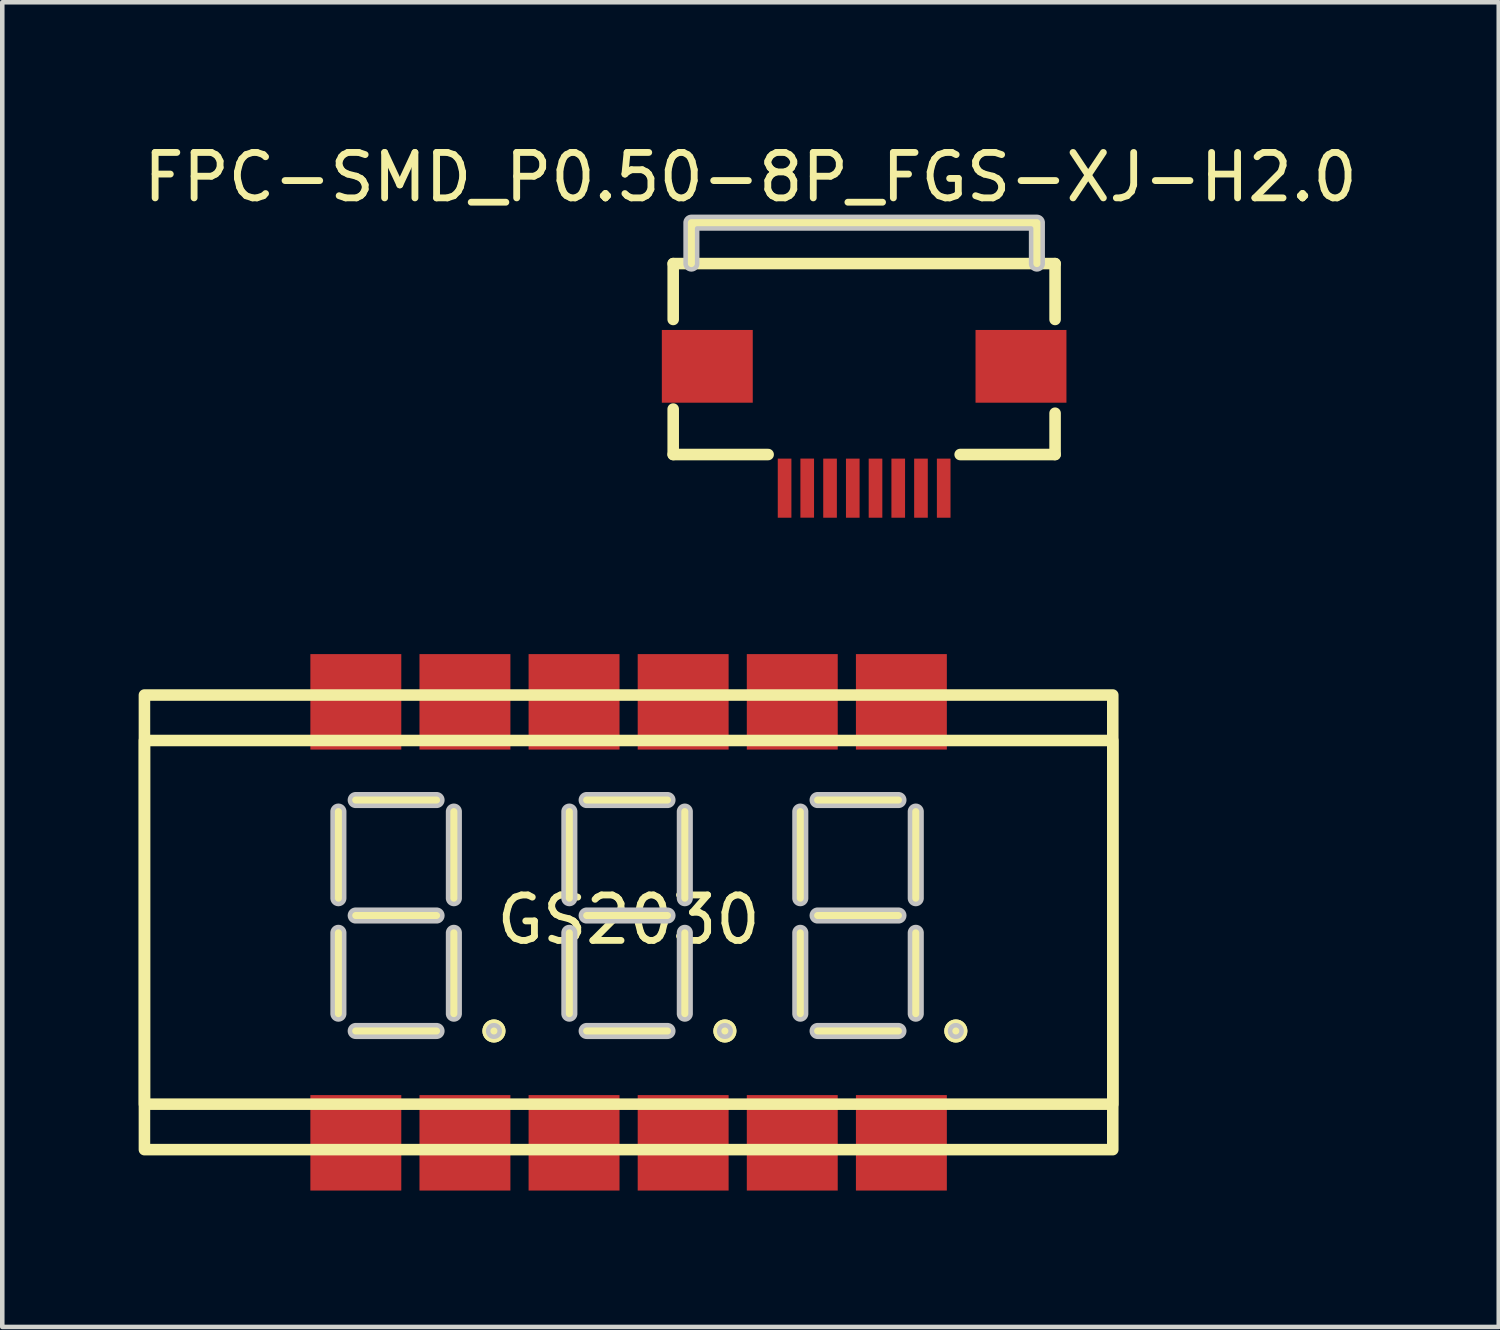
<source format=kicad_pcb>
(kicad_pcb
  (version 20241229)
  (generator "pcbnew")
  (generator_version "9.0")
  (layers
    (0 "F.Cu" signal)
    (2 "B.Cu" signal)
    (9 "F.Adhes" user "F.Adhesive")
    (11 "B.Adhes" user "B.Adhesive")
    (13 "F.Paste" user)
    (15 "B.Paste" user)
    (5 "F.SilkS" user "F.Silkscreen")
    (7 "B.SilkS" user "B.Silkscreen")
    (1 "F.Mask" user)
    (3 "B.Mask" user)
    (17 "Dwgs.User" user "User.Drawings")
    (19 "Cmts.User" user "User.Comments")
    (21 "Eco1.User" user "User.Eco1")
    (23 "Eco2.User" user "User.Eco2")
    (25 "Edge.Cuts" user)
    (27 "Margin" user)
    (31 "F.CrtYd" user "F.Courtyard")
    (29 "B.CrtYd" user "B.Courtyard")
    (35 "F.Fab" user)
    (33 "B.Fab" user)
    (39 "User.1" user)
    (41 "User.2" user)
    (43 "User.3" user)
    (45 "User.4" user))
  (footprint "GS2030"
    (layer "F.Cu")
    (at 10.777 17.181)
    (property "Reference" "GS2030" (at 0 0 0) (layer "F.SilkS") (effects (font (size 1 1) (thickness 0.15))))
    (fp_line (start -6.383 -2.379) (end -6.383 -0.474) (stroke (width 0.254) (type default)) (layer "F.SilkS"))
    (fp_line (start -6.383 0.288) (end -6.383 2.066) (stroke (width 0.254) (type default)) (layer "F.SilkS"))
    (fp_line (start -6.003 -2.633) (end -4.224 -2.633) (stroke (width 0.254) (type default)) (layer "F.SilkS"))
    (fp_line (start -6.003 -0.093) (end -4.224 -0.093) (stroke (width 0.254) (type default)) (layer "F.SilkS"))
    (fp_line (start -6.003 2.447) (end -4.224 2.447) (stroke (width 0.254) (type default)) (layer "F.SilkS"))
    (fp_line (start -3.844 -2.379) (end -3.844 -0.474) (stroke (width 0.254) (type default)) (layer "F.SilkS"))
    (fp_line (start -3.844 0.288) (end -3.844 2.066) (stroke (width 0.254) (type default)) (layer "F.SilkS"))
    (fp_line (start -1.304 -2.379) (end -1.304 -0.474) (stroke (width 0.254) (type default)) (layer "F.SilkS"))
    (fp_line (start -1.304 0.288) (end -1.304 2.066) (stroke (width 0.254) (type default)) (layer "F.SilkS"))
    (fp_line (start -0.922 -2.633) (end 0.856 -2.633) (stroke (width 0.254) (type default)) (layer "F.SilkS"))
    (fp_line (start -0.922 -0.093) (end 0.856 -0.093) (stroke (width 0.254) (type default)) (layer "F.SilkS"))
    (fp_line (start -0.922 2.447) (end 0.856 2.447) (stroke (width 0.254) (type default)) (layer "F.SilkS"))
    (fp_line (start 1.236 -2.379) (end 1.236 -0.474) (stroke (width 0.254) (type default)) (layer "F.SilkS"))
    (fp_line (start 1.236 0.288) (end 1.236 2.066) (stroke (width 0.254) (type default)) (layer "F.SilkS"))
    (fp_line (start 3.776 -2.379) (end 3.776 -0.474) (stroke (width 0.254) (type default)) (layer "F.SilkS"))
    (fp_line (start 3.776 0.288) (end 3.776 2.066) (stroke (width 0.254) (type default)) (layer "F.SilkS"))
    (fp_line (start 4.157 -2.633) (end 5.936 -2.633) (stroke (width 0.254) (type default)) (layer "F.SilkS"))
    (fp_line (start 4.157 -0.093) (end 5.936 -0.093) (stroke (width 0.254) (type default)) (layer "F.SilkS"))
    (fp_line (start 4.157 2.447) (end 5.936 2.447) (stroke (width 0.254) (type default)) (layer "F.SilkS"))
    (fp_line (start 6.316 -2.379) (end 6.316 -0.474) (stroke (width 0.254) (type default)) (layer "F.SilkS"))
    (fp_line (start 6.316 0.288) (end 6.316 2.066) (stroke (width 0.254) (type default)) (layer "F.SilkS"))
    (fp_rect (start -10.65 -4.943) (end 10.65 5.057) (stroke (width 0.254) (type default)) (fill no) (layer "F.SilkS"))
    (fp_rect (start -10.65 -3.943) (end 10.65 4.057) (stroke (width 0.254) (type default)) (fill no) (layer "F.SilkS"))
    (fp_circle (center -2.962 2.447) (end -2.835 2.447) (stroke (width 0.254) (type default)) (fill no) (layer "F.SilkS"))
    (fp_circle (center -2.962 2.447) (end -2.835 2.447) (stroke (width 0.254) (type default)) (fill no) (layer "F.SilkS"))
    (fp_circle (center 2.118 2.447) (end 2.245 2.447) (stroke (width 0.254) (type default)) (fill no) (layer "F.SilkS"))
    (fp_circle (center 2.118 2.447) (end 2.245 2.447) (stroke (width 0.254) (type default)) (fill no) (layer "F.SilkS"))
    (fp_circle (center 7.198 2.447) (end 7.325 2.447) (stroke (width 0.254) (type default)) (fill no) (layer "F.SilkS"))
    (fp_circle (center 7.198 2.447) (end 7.325 2.447) (stroke (width 0.254) (type default)) (fill no) (layer "F.SilkS"))
    (fp_poly (pts (arc (start -6.5105 -2.379) (mid -6.3835 -2.506) (end -6.2565 -2.379)) (arc (start -6.2565 -0.474) (mid -6.3835 -0.347) (end -6.5105 -0.474))) (stroke (width 0.1) (type default)) (fill no) (layer "Dwgs.User"))
    (fp_poly (pts (arc (start -6.5105 0.288) (mid -6.3835 0.161) (end -6.2565 0.288)) (arc (start -6.2565 2.066) (mid -6.3835 2.193) (end -6.5105 2.066))) (stroke (width 0.1) (type default)) (fill no) (layer "Dwgs.User"))
    (fp_poly (pts (arc (start -6.0025 -2.506) (mid -6.1295 -2.633) (end -6.0025 -2.76)) (arc (start -4.2245 -2.76) (mid -4.0975 -2.633) (end -4.2245 -2.506))) (stroke (width 0.1) (type default)) (fill no) (layer "Dwgs.User"))
    (fp_poly (pts (arc (start -6.0025 0.034) (mid -6.1295 -0.093) (end -6.0025 -0.22)) (arc (start -4.2245 -0.22) (mid -4.0975 -0.093) (end -4.2245 0.034))) (stroke (width 0.1) (type default)) (fill no) (layer "Dwgs.User"))
    (fp_poly (pts (arc (start -6.0025 2.574) (mid -6.1295 2.447) (end -6.0025 2.32)) (arc (start -4.2245 2.32) (mid -4.0975 2.447) (end -4.2245 2.574))) (stroke (width 0.1) (type default)) (fill no) (layer "Dwgs.User"))
    (fp_poly (pts (arc (start -3.9705 -2.379) (mid -3.8435 -2.506) (end -3.7165 -2.379)) (arc (start -3.7165 -0.474) (mid -3.8435 -0.347) (end -3.9705 -0.474))) (stroke (width 0.1) (type default)) (fill no) (layer "Dwgs.User"))
    (fp_poly (pts (arc (start -3.9705 0.288) (mid -3.8435 0.161) (end -3.7165 0.288)) (arc (start -3.7165 2.066) (mid -3.8435 2.193) (end -3.9705 2.066))) (stroke (width 0.1) (type default)) (fill no) (layer "Dwgs.User"))
    (fp_poly (pts (arc (start -1.4305 -2.379) (mid -1.3035 -2.506) (end -1.1765 -2.379)) (arc (start -1.1765 -0.474) (mid -1.3035 -0.347) (end -1.4305 -0.474))) (stroke (width 0.1) (type default)) (fill no) (layer "Dwgs.User"))
    (fp_poly (pts (arc (start -1.4305 0.288) (mid -1.3035 0.161) (end -1.1765 0.288)) (arc (start -1.1765 2.066) (mid -1.3035 2.193) (end -1.4305 2.066))) (stroke (width 0.1) (type default)) (fill no) (layer "Dwgs.User"))
    (fp_poly (pts (arc (start -0.9225 -2.506) (mid -1.0495 -2.633) (end -0.9225 -2.76)) (arc (start 0.8555 -2.76) (mid 0.9825 -2.633) (end 0.8555 -2.506))) (stroke (width 0.1) (type default)) (fill no) (layer "Dwgs.User"))
    (fp_poly (pts (arc (start -0.9225 0.034) (mid -1.0495 -0.093) (end -0.9225 -0.22)) (arc (start 0.8555 -0.22) (mid 0.9825 -0.093) (end 0.8555 0.034))) (stroke (width 0.1) (type default)) (fill no) (layer "Dwgs.User"))
    (fp_poly (pts (arc (start -0.9225 2.574) (mid -1.0495 2.447) (end -0.9225 2.32)) (arc (start 0.8555 2.32) (mid 0.9825 2.447) (end 0.8555 2.574))) (stroke (width 0.1) (type default)) (fill no) (layer "Dwgs.User"))
    (fp_poly (pts (arc (start 1.1095 -2.379) (mid 1.2365 -2.506) (end 1.3635 -2.379)) (arc (start 1.3635 -0.474) (mid 1.2365 -0.347) (end 1.1095 -0.474))) (stroke (width 0.1) (type default)) (fill no) (layer "Dwgs.User"))
    (fp_poly (pts (arc (start 1.1095 0.288) (mid 1.2365 0.161) (end 1.3635 0.288)) (arc (start 1.3635 2.066) (mid 1.2365 2.193) (end 1.1095 2.066))) (stroke (width 0.1) (type default)) (fill no) (layer "Dwgs.User"))
    (fp_poly (pts (arc (start 3.6495 -2.379) (mid 3.7765 -2.506) (end 3.9035 -2.379)) (arc (start 3.9035 -0.474) (mid 3.7765 -0.347) (end 3.6495 -0.474))) (stroke (width 0.1) (type default)) (fill no) (layer "Dwgs.User"))
    (fp_poly (pts (arc (start 3.6495 0.288) (mid 3.7765 0.161) (end 3.9035 0.288)) (arc (start 3.9035 2.066) (mid 3.7765 2.193) (end 3.6495 2.066))) (stroke (width 0.1) (type default)) (fill no) (layer "Dwgs.User"))
    (fp_poly (pts (arc (start 4.1575 -2.506) (mid 4.0305 -2.633) (end 4.1575 -2.76)) (arc (start 5.9355 -2.76) (mid 6.0625 -2.633) (end 5.9355 -2.506))) (stroke (width 0.1) (type default)) (fill no) (layer "Dwgs.User"))
    (fp_poly (pts (arc (start 4.1575 0.034) (mid 4.0305 -0.093) (end 4.1575 -0.22)) (arc (start 5.9355 -0.22) (mid 6.0625 -0.093) (end 5.9355 0.034))) (stroke (width 0.1) (type default)) (fill no) (layer "Dwgs.User"))
    (fp_poly (pts (arc (start 4.1575 2.574) (mid 4.0305 2.447) (end 4.1575 2.32)) (arc (start 5.9355 2.32) (mid 6.0625 2.447) (end 5.9355 2.574))) (stroke (width 0.1) (type default)) (fill no) (layer "Dwgs.User"))
    (fp_poly (pts (arc (start 6.1895 -2.379) (mid 6.3165 -2.506) (end 6.4435 -2.379)) (arc (start 6.4435 -0.474) (mid 6.3165 -0.347) (end 6.1895 -0.474))) (stroke (width 0.1) (type default)) (fill no) (layer "Dwgs.User"))
    (fp_poly (pts (arc (start 6.1895 0.288) (mid 6.3165 0.161) (end 6.4435 0.288)) (arc (start 6.4435 2.066) (mid 6.3165 2.193) (end 6.1895 2.066))) (stroke (width 0.1) (type default)) (fill no) (layer "Dwgs.User"))
    (fp_poly (pts (xy -2.838 2.477) (xy -2.836 2.453) (xy -2.837 2.429) (xy -2.842 2.405) (xy -2.852 2.384) (xy -2.866 2.364) (xy -2.884 2.347) (xy -2.904 2.334) (xy -2.926 2.325) (xy -2.95 2.321) (xy -2.974 2.321) (xy -2.998 2.325) (xy -3.021 2.334) (xy -3.041 2.347) (xy -3.058 2.364) (xy -3.072 2.384) (xy -3.082 2.405) (xy -3.088 2.429) (xy -3.089 2.453) (xy -3.086 2.477) (xy -3.078 2.499) (xy -3.066 2.521) (xy -3.05 2.539) (xy -3.031 2.554) (xy -3.01 2.565) (xy -2.986 2.571) (xy -2.962 2.574) (xy -2.938 2.571) (xy -2.915 2.565) (xy -2.893 2.554) (xy -2.874 2.539) (xy -2.858 2.521) (xy -2.846 2.499)) (stroke (width 0.1) (type default)) (fill no) (layer "Dwgs.User"))
    (fp_poly (pts (xy 2.241 2.477) (xy 2.244 2.453) (xy 2.244 2.429) (xy 2.238 2.405) (xy 2.228 2.384) (xy 2.214 2.364) (xy 2.196 2.347) (xy 2.176 2.334) (xy 2.154 2.325) (xy 2.13 2.321) (xy 2.106 2.321) (xy 2.082 2.325) (xy 2.059 2.334) (xy 2.039 2.347) (xy 2.022 2.364) (xy 2.008 2.384) (xy 1.998 2.405) (xy 1.992 2.429) (xy 1.991 2.453) (xy 1.994 2.477) (xy 2.002 2.499) (xy 2.014 2.521) (xy 2.03 2.539) (xy 2.049 2.554) (xy 2.071 2.565) (xy 2.094 2.571) (xy 2.118 2.574) (xy 2.142 2.571) (xy 2.165 2.565) (xy 2.187 2.554) (xy 2.205 2.539) (xy 2.221 2.521) (xy 2.233 2.499)) (stroke (width 0.1) (type default)) (fill no) (layer "Dwgs.User"))
    (fp_poly (pts (xy 7.322 2.477) (xy 7.324 2.453) (xy 7.324 2.429) (xy 7.318 2.405) (xy 7.308 2.384) (xy 7.294 2.364) (xy 7.277 2.347) (xy 7.256 2.334) (xy 7.234 2.325) (xy 7.21 2.321) (xy 7.186 2.321) (xy 7.162 2.325) (xy 7.139 2.334) (xy 7.12 2.347) (xy 7.102 2.364) (xy 7.088 2.384) (xy 7.078 2.405) (xy 7.072 2.429) (xy 7.071 2.453) (xy 7.074 2.477) (xy 7.082 2.499) (xy 7.095 2.521) (xy 7.11 2.539) (xy 7.129 2.554) (xy 7.151 2.565) (xy 7.174 2.571) (xy 7.198 2.574) (xy 7.222 2.571) (xy 7.245 2.565) (xy 7.266 2.554) (xy 7.285 2.539) (xy 7.301 2.521) (xy 7.314 2.499)) (stroke (width 0.1) (type default)) (fill no) (layer "Dwgs.User"))
    (pad "1" smd rect (at -6 4.907) (size 2 2.1) (layers "F.Cu" "F.Mask" "F.Paste"))
    (pad "2" smd rect (at -3.6 4.907) (size 2 2.1) (layers "F.Cu" "F.Mask" "F.Paste"))
    (pad "3" smd rect (at -1.2 4.907) (size 2 2.1) (layers "F.Cu" "F.Mask" "F.Paste"))
    (pad "4" smd rect (at 1.2 4.907) (size 2 2.1) (layers "F.Cu" "F.Mask" "F.Paste"))
    (pad "5" smd rect (at 3.6 4.907) (size 2 2.1) (layers "F.Cu" "F.Mask" "F.Paste"))
    (pad "6" smd rect (at 6 4.907) (size 2 2.1) (layers "F.Cu" "F.Mask" "F.Paste"))
    (pad "7" smd rect (at 6 -4.793) (size 2 2.1) (layers "F.Cu" "F.Mask" "F.Paste"))
    (pad "8" smd rect (at 3.6 -4.793) (size 2 2.1) (layers "F.Cu" "F.Mask" "F.Paste"))
    (pad "9" smd rect (at 1.2 -4.793) (size 2 2.1) (layers "F.Cu" "F.Mask" "F.Paste"))
    (pad "10" smd rect (at -1.2 -4.793) (size 2 2.1) (layers "F.Cu" "F.Mask" "F.Paste"))
    (pad "11" smd rect (at -3.6 -4.793) (size 2 2.1) (layers "F.Cu" "F.Mask" "F.Paste"))
    (pad "12" smd rect (at -6 -4.793) (size 2 2.1) (layers "F.Cu" "F.Mask" "F.Paste")))
  (footprint "FPC-SMD_P0.50-8P_FGS-XJ-H2.0"
    (layer "F.Cu")
    (at 15.958 6.348)
    (property "Reference" "FPC-SMD_P0.50-8P_FGS-XJ-H2.0" (at -2.5 -5.5 0) (layer "F.SilkS") (effects (font (size 1 1) (thickness 0.15))))
    (fp_line (start -4.2 -3.6) (end -4.2 -2.371) (stroke (width 0.254) (type default)) (layer "F.SilkS"))
    (fp_line (start -4.2 -0.4) (end -4.2 0.6) (stroke (width 0.254) (type default)) (layer "F.SilkS"))
    (fp_line (start -4.2 0.6) (end -2.112 0.6) (stroke (width 0.254) (type default)) (layer "F.SilkS"))
    (fp_line (start -3.8 -4.5) (end 3.8 -4.5) (stroke (width 0.254) (type default)) (layer "F.SilkS"))
    (fp_line (start -3.8 -3.6) (end -3.8 -4.5) (stroke (width 0.254) (type default)) (layer "F.SilkS"))
    (fp_line (start 2.112 0.6) (end 4.2 0.6) (stroke (width 0.254) (type default)) (layer "F.SilkS"))
    (fp_line (start 3.8 -4.5) (end 3.8 -3.6) (stroke (width 0.254) (type default)) (layer "F.SilkS"))
    (fp_line (start 4.2 -3.6) (end -4.2 -3.6) (stroke (width 0.254) (type default)) (layer "F.SilkS"))
    (fp_line (start 4.2 -2.371) (end 4.2 -3.6) (stroke (width 0.254) (type default)) (layer "F.SilkS"))
    (fp_line (start 4.2 0.6) (end 4.2 -0.309) (stroke (width 0.254) (type default)) (layer "F.SilkS"))
    (fp_poly (pts (arc (start -3.673 -3.6) (mid -3.8 -3.473) (end -3.927 -3.6)) (arc (start -3.927 -4.5) (mid -3.889803 -4.589803) (end -3.8 -4.627)) (arc (start 3.8 -4.627) (mid 3.889803 -4.589803) (end 3.927 -4.5)) (arc (start 3.927 -3.6) (mid 3.8 -3.473) (end 3.673 -3.6)) (xy 3.673 -4.373) (xy -3.673 -4.373)) (stroke (width 0.1) (type default)) (fill no) (layer "Dwgs.User"))
    (fp_poly (pts (xy -2.99 -0.97) (xy -4.2 -0.97) (xy -4.21 -1.88) (xy -2.99 -1.88)) (stroke (width 0.1) (type default)) (fill no) (layer "User.1"))
    (fp_poly (pts (xy -1.85 1) (xy -1.65 1) (xy -1.65 0.5) (xy -1.85 0.5)) (stroke (width 0.1) (type default)) (fill no) (layer "User.1"))
    (fp_poly (pts (xy -1.85 1.64) (xy -1.65 1.64) (xy -1.65 0.95) (xy -1.85 0.95)) (stroke (width 0.1) (type default)) (fill no) (layer "User.1"))
    (fp_poly (pts (xy -1.352 0.999) (xy -1.152 0.999) (xy -1.152 0.498) (xy -1.352 0.498)) (stroke (width 0.1) (type default)) (fill no) (layer "User.1"))
    (fp_poly (pts (xy -1.352 1.64) (xy -1.152 1.64) (xy -1.152 0.95) (xy -1.352 0.95)) (stroke (width 0.1) (type default)) (fill no) (layer "User.1"))
    (fp_poly (pts (xy -0.85 1) (xy -0.65 1) (xy -0.65 0.5) (xy -0.85 0.5)) (stroke (width 0.1) (type default)) (fill no) (layer "User.1"))
    (fp_poly (pts (xy -0.85 1.64) (xy -0.65 1.64) (xy -0.65 0.95) (xy -0.85 0.95)) (stroke (width 0.1) (type default)) (fill no) (layer "User.1"))
    (fp_poly (pts (xy -0.35 1) (xy -0.15 1) (xy -0.15 0.5) (xy -0.35 0.5)) (stroke (width 0.1) (type default)) (fill no) (layer "User.1"))
    (fp_poly (pts (xy -0.35 1.64) (xy -0.15 1.64) (xy -0.15 0.95) (xy -0.35 0.95)) (stroke (width 0.1) (type default)) (fill no) (layer "User.1"))
    (fp_poly (pts (xy 0.15 1) (xy 0.35 1) (xy 0.35 0.5) (xy 0.15 0.5)) (stroke (width 0.1) (type default)) (fill no) (layer "User.1"))
    (fp_poly (pts (xy 0.15 1.64) (xy 0.35 1.64) (xy 0.35 0.95) (xy 0.15 0.95)) (stroke (width 0.1) (type default)) (fill no) (layer "User.1"))
    (fp_poly (pts (xy 0.65 1) (xy 0.85 1) (xy 0.85 0.5) (xy 0.65 0.5)) (stroke (width 0.1) (type default)) (fill no) (layer "User.1"))
    (fp_poly (pts (xy 0.65 1.64) (xy 0.851 1.64) (xy 0.851 0.95) (xy 0.65 0.95)) (stroke (width 0.1) (type default)) (fill no) (layer "User.1"))
    (fp_poly (pts (xy 1.15 1) (xy 1.35 1) (xy 1.35 0.5) (xy 1.15 0.5)) (stroke (width 0.1) (type default)) (fill no) (layer "User.1"))
    (fp_poly (pts (xy 1.15 1.64) (xy 1.35 1.64) (xy 1.35 0.95) (xy 1.15 0.95)) (stroke (width 0.1) (type default)) (fill no) (layer "User.1"))
    (fp_poly (pts (xy 1.65 1) (xy 1.85 1) (xy 1.85 0.5) (xy 1.65 0.5)) (stroke (width 0.1) (type default)) (fill no) (layer "User.1"))
    (fp_poly (pts (xy 1.65 1.64) (xy 1.85 1.64) (xy 1.85 0.95) (xy 1.65 0.95)) (stroke (width 0.1) (type default)) (fill no) (layer "User.1"))
    (fp_poly (pts (xy 2.99 -1.88) (xy 4.2 -1.88) (xy 4.21 -0.97) (xy 2.99 -0.97)) (stroke (width 0.1) (type default)) (fill no) (layer "User.1"))
    (fp_line (start -4.2 -3.56) (end -3.8 -3.56) (stroke (width 0.051) (type default)) (layer "User.2"))
    (fp_line (start -4.2 0.59) (end -4.2 -3.56) (stroke (width 0.051) (type default)) (layer "User.2"))
    (fp_line (start -3.8 -4.5) (end 3.8 -4.5) (stroke (width 0.051) (type default)) (layer "User.2"))
    (fp_line (start -3.8 -3.61) (end -3.8 -4.5) (stroke (width 0.051) (type default)) (layer "User.2"))
    (fp_line (start -3.8 -3.56) (end -3.25 -3.56) (stroke (width 0.051) (type default)) (layer "User.2"))
    (fp_line (start -3.25 -3.61) (end -3.8 -3.61) (stroke (width 0.051) (type default)) (layer "User.2"))
    (fp_line (start -3.25 -3.56) (end -3.25 -3.61) (stroke (width 0.051) (type default)) (layer "User.2"))
    (fp_line (start 3.25 -3.61) (end 3.25 -3.56) (stroke (width 0.051) (type default)) (layer "User.2"))
    (fp_line (start 3.25 -3.56) (end 4.2 -3.56) (stroke (width 0.051) (type default)) (layer "User.2"))
    (fp_line (start 3.8 -4.5) (end 3.8 -3.61) (stroke (width 0.051) (type default)) (layer "User.2"))
    (fp_line (start 3.8 -3.61) (end 3.25 -3.61) (stroke (width 0.051) (type default)) (layer "User.2"))
    (fp_line (start 4.19 0.59) (end -4.2 0.59) (stroke (width 0.051) (type default)) (layer "User.2"))
    (fp_line (start 4.2 -3.56) (end 4.2 0.58) (stroke (width 0.051) (type default)) (layer "User.2"))
    (fp_line (start 4.2 0.58) (end 4.19 0.59) (stroke (width 0.051) (type default)) (layer "User.2"))
    (fp_poly (pts (xy -4.15 1.64) (xy -4.168 1.598) (xy -4.21 1.58) (xy -4.252 1.598) (xy -4.27 1.64) (xy -4.252 1.682) (xy -4.21 1.7) (xy -4.168 1.682)) (stroke (width 0.1) (type default)) (fill no) (layer "User.3"))
    (pad "1" smd rect (at -1.75 1.34) (size 0.3 1.3) (layers "F.Cu" "F.Mask" "F.Paste"))
    (pad "2" smd rect (at -1.252 1.339) (size 0.3 1.3) (layers "F.Cu" "F.Mask" "F.Paste"))
    (pad "3" smd rect (at -0.75 1.34) (size 0.3 1.3) (layers "F.Cu" "F.Mask" "F.Paste"))
    (pad "4" smd rect (at -0.25 1.34) (size 0.3 1.3) (layers "F.Cu" "F.Mask" "F.Paste"))
    (pad "5" smd rect (at 0.25 1.34) (size 0.3 1.3) (layers "F.Cu" "F.Mask" "F.Paste"))
    (pad "6" smd rect (at 0.75 1.34) (size 0.3 1.3) (layers "F.Cu" "F.Mask" "F.Paste"))
    (pad "7" smd rect (at 1.25 1.34) (size 0.3 1.3) (layers "F.Cu" "F.Mask" "F.Paste"))
    (pad "8" smd rect (at 1.75 1.34) (size 0.3 1.3) (layers "F.Cu" "F.Mask" "F.Paste"))
    (pad "9" smd rect (at 3.45 -1.34 270) (size 1.6 2) (layers "F.Cu" "F.Mask" "F.Paste"))
    (pad "10" smd rect (at -3.45 -1.34 270) (size 1.6 2) (layers "F.Cu" "F.Mask" "F.Paste")))
  (gr_rect
    (start -3 -3)
    (end 29.917 26.138)
    (stroke (width 0.1) (type default))
    (fill no)
    (layer "Edge.Cuts")))
</source>
